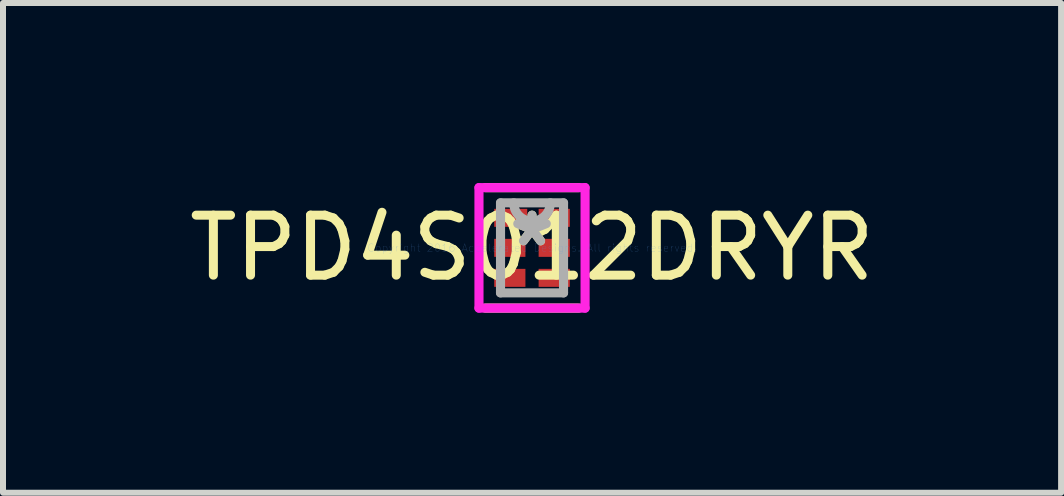
<source format=kicad_pcb>
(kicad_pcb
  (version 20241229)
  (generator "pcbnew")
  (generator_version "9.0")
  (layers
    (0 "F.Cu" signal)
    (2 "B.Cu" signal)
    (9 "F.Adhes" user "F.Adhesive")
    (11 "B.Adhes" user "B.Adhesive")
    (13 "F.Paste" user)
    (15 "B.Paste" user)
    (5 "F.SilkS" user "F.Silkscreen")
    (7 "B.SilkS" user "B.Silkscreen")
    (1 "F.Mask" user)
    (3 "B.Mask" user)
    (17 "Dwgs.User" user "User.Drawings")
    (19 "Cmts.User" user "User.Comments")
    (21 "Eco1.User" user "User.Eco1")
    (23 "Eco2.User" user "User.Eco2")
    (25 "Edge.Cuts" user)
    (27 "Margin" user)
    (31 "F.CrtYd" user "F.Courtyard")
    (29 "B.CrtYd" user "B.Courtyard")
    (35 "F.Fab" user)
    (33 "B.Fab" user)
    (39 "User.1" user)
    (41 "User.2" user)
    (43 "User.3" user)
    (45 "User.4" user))
  (footprint "TPD4S012DRYR"
    (layer "F.Cu")
    (at 5.815 1.08)
    (property "Reference" "TPD4S012DRYR" (at 0 0 0) (layer "F.SilkS") (effects (font (size 1 1) (thickness 0.15))))
    (attr through_hole)
    (fp_line (start -0.7 -0.72) (end -0.7 -0.28) (stroke (width 0.152) (type solid)) (layer "F.Mask"))
    (fp_line (start -0.7 -0.28) (end -0.04 -0.28) (stroke (width 0.152) (type solid)) (layer "F.Mask"))
    (fp_line (start -0.7 -0.22) (end -0.7 0.22) (stroke (width 0.152) (type solid)) (layer "F.Mask"))
    (fp_line (start -0.7 0.22) (end -0.04 0.22) (stroke (width 0.152) (type solid)) (layer "F.Mask"))
    (fp_line (start -0.7 0.28) (end -0.7 0.72) (stroke (width 0.152) (type solid)) (layer "F.Mask"))
    (fp_line (start -0.7 0.72) (end -0.04 0.72) (stroke (width 0.152) (type solid)) (layer "F.Mask"))
    (fp_line (start -0.04 -0.72) (end -0.7 -0.72) (stroke (width 0.152) (type solid)) (layer "F.Mask"))
    (fp_line (start -0.04 -0.28) (end -0.04 -0.72) (stroke (width 0.152) (type solid)) (layer "F.Mask"))
    (fp_line (start -0.04 -0.22) (end -0.7 -0.22) (stroke (width 0.152) (type solid)) (layer "F.Mask"))
    (fp_line (start -0.04 0.22) (end -0.04 -0.22) (stroke (width 0.152) (type solid)) (layer "F.Mask"))
    (fp_line (start -0.04 0.28) (end -0.7 0.28) (stroke (width 0.152) (type solid)) (layer "F.Mask"))
    (fp_line (start -0.04 0.72) (end -0.04 0.28) (stroke (width 0.152) (type solid)) (layer "F.Mask"))
    (fp_line (start 0.04 -0.72) (end 0.04 -0.28) (stroke (width 0.152) (type solid)) (layer "F.Mask"))
    (fp_line (start 0.04 -0.28) (end 0.7 -0.28) (stroke (width 0.152) (type solid)) (layer "F.Mask"))
    (fp_line (start 0.04 -0.22) (end 0.04 0.22) (stroke (width 0.152) (type solid)) (layer "F.Mask"))
    (fp_line (start 0.04 0.22) (end 0.7 0.22) (stroke (width 0.152) (type solid)) (layer "F.Mask"))
    (fp_line (start 0.04 0.28) (end 0.04 0.72) (stroke (width 0.152) (type solid)) (layer "F.Mask"))
    (fp_line (start 0.04 0.72) (end 0.7 0.72) (stroke (width 0.152) (type solid)) (layer "F.Mask"))
    (fp_line (start 0.7 -0.72) (end 0.04 -0.72) (stroke (width 0.152) (type solid)) (layer "F.Mask"))
    (fp_line (start 0.7 -0.28) (end 0.7 -0.72) (stroke (width 0.152) (type solid)) (layer "F.Mask"))
    (fp_line (start 0.7 -0.22) (end 0.04 -0.22) (stroke (width 0.152) (type solid)) (layer "F.Mask"))
    (fp_line (start 0.7 0.22) (end 0.7 -0.22) (stroke (width 0.152) (type solid)) (layer "F.Mask"))
    (fp_line (start 0.7 0.28) (end 0.04 0.28) (stroke (width 0.152) (type solid)) (layer "F.Mask"))
    (fp_line (start 0.7 0.72) (end 0.7 0.28) (stroke (width 0.152) (type solid)) (layer "F.Mask"))
    (fp_line (start -0.779 1.004) (end 0.779 1.004) (stroke (width 0.152) (type solid)) (layer "F.SilkS"))
    (fp_line (start 0.779 -1.004) (end -0.779 -1.004) (stroke (width 0.152) (type solid)) (layer "F.SilkS"))
    (fp_line (start -0.605 -0.625) (end -0.605 -0.375) (stroke (width 0.152) (type solid)) (layer "F.Paste"))
    (fp_line (start -0.605 -0.375) (end -0.105 -0.375) (stroke (width 0.152) (type solid)) (layer "F.Paste"))
    (fp_line (start -0.605 -0.125) (end -0.605 0.125) (stroke (width 0.152) (type solid)) (layer "F.Paste"))
    (fp_line (start -0.605 0.125) (end -0.135 0.125) (stroke (width 0.152) (type solid)) (layer "F.Paste"))
    (fp_line (start -0.605 0.375) (end -0.605 0.625) (stroke (width 0.152) (type solid)) (layer "F.Paste"))
    (fp_line (start -0.605 0.625) (end -0.135 0.625) (stroke (width 0.152) (type solid)) (layer "F.Paste"))
    (fp_line (start -0.135 -0.125) (end -0.605 -0.125) (stroke (width 0.152) (type solid)) (layer "F.Paste"))
    (fp_line (start -0.135 0.125) (end -0.135 -0.125) (stroke (width 0.152) (type solid)) (layer "F.Paste"))
    (fp_line (start -0.135 0.375) (end -0.605 0.375) (stroke (width 0.152) (type solid)) (layer "F.Paste"))
    (fp_line (start -0.135 0.625) (end -0.135 0.375) (stroke (width 0.152) (type solid)) (layer "F.Paste"))
    (fp_line (start -0.105 -0.625) (end -0.605 -0.625) (stroke (width 0.152) (type solid)) (layer "F.Paste"))
    (fp_line (start -0.105 -0.375) (end -0.105 -0.625) (stroke (width 0.152) (type solid)) (layer "F.Paste"))
    (fp_line (start 0.135 -0.625) (end 0.135 -0.375) (stroke (width 0.152) (type solid)) (layer "F.Paste"))
    (fp_line (start 0.135 -0.375) (end 0.605 -0.375) (stroke (width 0.152) (type solid)) (layer "F.Paste"))
    (fp_line (start 0.135 -0.125) (end 0.135 0.125) (stroke (width 0.152) (type solid)) (layer "F.Paste"))
    (fp_line (start 0.135 0.125) (end 0.605 0.125) (stroke (width 0.152) (type solid)) (layer "F.Paste"))
    (fp_line (start 0.135 0.375) (end 0.135 0.625) (stroke (width 0.152) (type solid)) (layer "F.Paste"))
    (fp_line (start 0.135 0.625) (end 0.605 0.625) (stroke (width 0.152) (type solid)) (layer "F.Paste"))
    (fp_line (start 0.605 -0.625) (end 0.135 -0.625) (stroke (width 0.152) (type solid)) (layer "F.Paste"))
    (fp_line (start 0.605 -0.375) (end 0.605 -0.625) (stroke (width 0.152) (type solid)) (layer "F.Paste"))
    (fp_line (start 0.605 -0.125) (end 0.135 -0.125) (stroke (width 0.152) (type solid)) (layer "F.Paste"))
    (fp_line (start 0.605 0.125) (end 0.605 -0.125) (stroke (width 0.152) (type solid)) (layer "F.Paste"))
    (fp_line (start 0.605 0.375) (end 0.135 0.375) (stroke (width 0.152) (type solid)) (layer "F.Paste"))
    (fp_line (start 0.605 0.625) (end 0.605 0.375) (stroke (width 0.152) (type solid)) (layer "F.Paste"))
    (fp_line (start -0.884 -1.004) (end 0.884 -1.004) (stroke (width 0.152) (type solid)) (layer "F.CrtYd"))
    (fp_line (start -0.884 1.004) (end -0.884 -1.004) (stroke (width 0.152) (type solid)) (layer "F.CrtYd"))
    (fp_line (start 0.884 -1.004) (end 0.884 1.004) (stroke (width 0.152) (type solid)) (layer "F.CrtYd"))
    (fp_line (start 0.884 1.004) (end -0.884 1.004) (stroke (width 0.152) (type solid)) (layer "F.CrtYd"))
    (fp_line (start -0.525 -0.75) (end -0.525 0.75) (stroke (width 0.152) (type solid)) (layer "F.Fab"))
    (fp_line (start -0.525 0.75) (end 0.525 0.75) (stroke (width 0.152) (type solid)) (layer "F.Fab"))
    (fp_line (start 0.525 -0.75) (end -0.525 -0.75) (stroke (width 0.152) (type solid)) (layer "F.Fab"))
    (fp_line (start 0.525 0.75) (end 0.525 -0.75) (stroke (width 0.152) (type solid)) (layer "F.Fab"))
    (fp_arc (start 0.3048 -0.75) (mid 0 -0.4452) (end -0.3048 -0.75) (stroke (width 0.1524) (type solid)) (layer "F.Fab"))
    (fp_text user "*" (at 0 0 0) (layer "F.SilkS") (effects (font (size 1 1) (thickness 0.15))))
    (fp_text user "Copyright 2016 Accelerated Designs. All rights reserved." (at 0 0 0) (layer "Cmts.User") (effects (font (size 0.127 0.127) (thickness 0.002))))
    (fp_text user "*" (at 0 0 0) (layer "F.Fab") (effects (font (size 1 1) (thickness 0.15))))
    (pad "1" smd rect (at -0.355 -0.5) (size 0.55 0.3) (layers "F.Cu" "F.Mask" "F.Paste"))
    (pad "2" smd rect (at -0.37 0) (size 0.52 0.3) (layers "F.Cu" "F.Mask" "F.Paste"))
    (pad "3" smd rect (at -0.37 0.5) (size 0.52 0.3) (layers "F.Cu" "F.Mask" "F.Paste"))
    (pad "4" smd rect (at 0.37 0.5) (size 0.52 0.3) (layers "F.Cu" "F.Mask" "F.Paste"))
    (pad "5" smd rect (at 0.37 0) (size 0.52 0.3) (layers "F.Cu" "F.Mask" "F.Paste"))
    (pad "6" smd rect (at 0.37 -0.5) (size 0.52 0.3) (layers "F.Cu" "F.Mask" "F.Paste")))
  (gr_rect
    (start -3 -3)
    (end 14.631 5.16)
    (stroke (width 0.1) (type default))
    (fill no)
    (layer "Edge.Cuts")))
</source>
